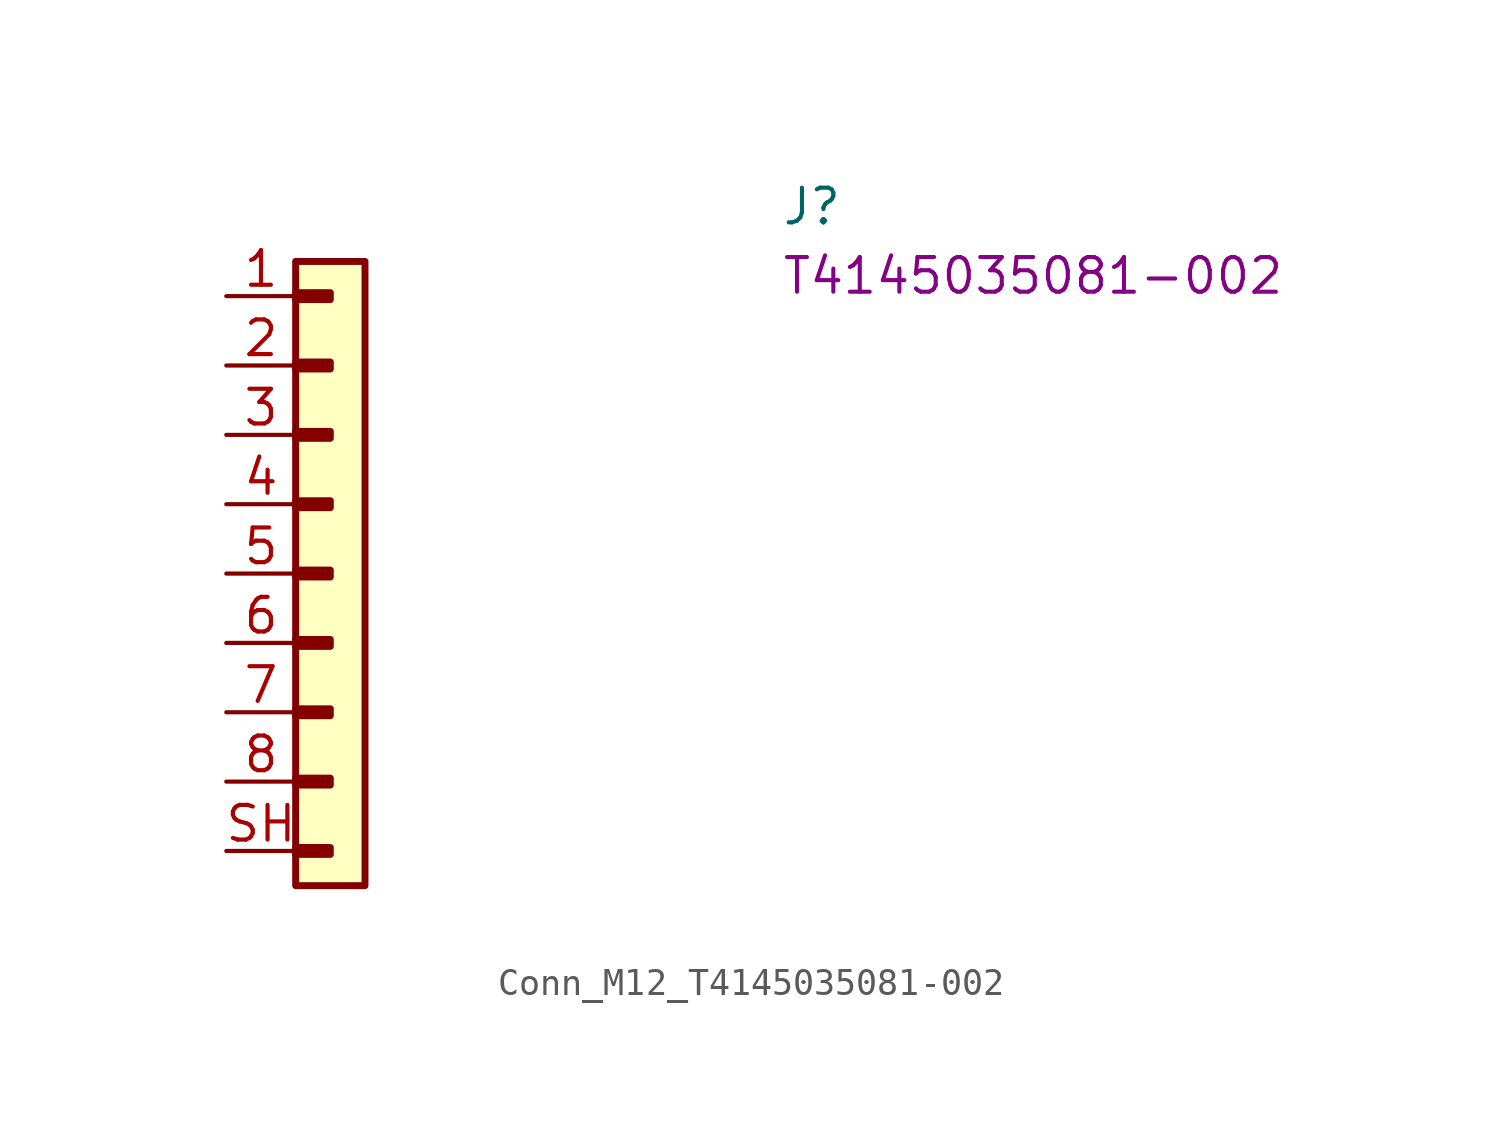
<source format=kicad_sym>
(kicad_symbol_lib
  (version 20220914)
  (generator kicad_symbol_editor)
  (symbol "Conn_M12_T4145035081-002"
    (property "Reference" "J"
      (at 20.32 2.54 0)
      (effects (font (size 1.27 1.27) (thickness 0.15)) (justify left bottom)))
    (property "MPN" "T4145035081-002"
      (at 20.32 0 0)
      (effects (font (size 1.27 1.27) (thickness 0.15)) (justify left bottom)))
    (symbol "Conn_M12_T4145035081-002_1_1"
      (rectangle (start 2.54 -20.193) (end 3.81 -20.447) (stroke (width 0.254) (type default)) (fill (type background)))
      (rectangle (start 2.54 -17.653) (end 3.81 -17.907) (stroke (width 0.254) (type default)) (fill (type background)))
      (rectangle (start 2.54 -15.113) (end 3.81 -15.367) (stroke (width 0.254) (type default)) (fill (type background)))
      (rectangle (start 2.54 -12.573) (end 3.81 -12.827) (stroke (width 0.254) (type default)) (fill (type background)))
      (rectangle (start 2.54 -10.033) (end 3.81 -10.287) (stroke (width 0.254) (type default)) (fill (type background)))
      (rectangle (start 2.54 -7.493) (end 3.81 -7.747) (stroke (width 0.254) (type default)) (fill (type background)))
      (rectangle (start 2.54 -4.953) (end 3.81 -5.207) (stroke (width 0.254) (type default)) (fill (type background)))
      (rectangle (start 2.54 -2.413) (end 3.81 -2.667) (stroke (width 0.254) (type default)) (fill (type background)))
      (rectangle (start 2.54 0.127) (end 3.81 -0.127) (stroke (width 0.254) (type default)) (fill (type background)))
      (rectangle (start 2.54 1.27) (end 5.08 -21.59) (stroke (width 0.254) (type default)) (fill (type background)))
      (pin passive line (at 0 0 0) (length 2.54) (name "~" (effects (font (size 1.27 1.27)))) (number "1" (effects (font (size 1.27 1.27)))))
      (pin passive line (at 0 -2.54 0) (length 2.54) (name "~" (effects (font (size 1.27 1.27)))) (number "2" (effects (font (size 1.27 1.27)))))
      (pin passive line (at 0 -5.08 0) (length 2.54) (name "~" (effects (font (size 1.27 1.27)))) (number "3" (effects (font (size 1.27 1.27)))))
      (pin passive line (at 0 -7.62 0) (length 2.54) (name "~" (effects (font (size 1.27 1.27)))) (number "4" (effects (font (size 1.27 1.27)))))
      (pin passive line (at 0 -10.16 0) (length 2.54) (name "~" (effects (font (size 1.27 1.27)))) (number "5" (effects (font (size 1.27 1.27)))))
      (pin passive line (at 0 -12.7 0) (length 2.54) (name "~" (effects (font (size 1.27 1.27)))) (number "6" (effects (font (size 1.27 1.27)))))
      (pin passive line (at 0 -15.24 0) (length 2.54) (name "~" (effects (font (size 1.27 1.27)))) (number "7" (effects (font (size 1.27 1.27)))))
      (pin passive line (at 0 -17.78 0) (length 2.54) (name "~" (effects (font (size 1.27 1.27)))) (number "8" (effects (font (size 1.27 1.27)))))
      (pin passive line (at 0 -20.32 0) (length 2.54) (name "~" (effects (font (size 1.27 1.27)))) (number "SH" (effects (font (size 1.27 1.27))))))))
</source>
